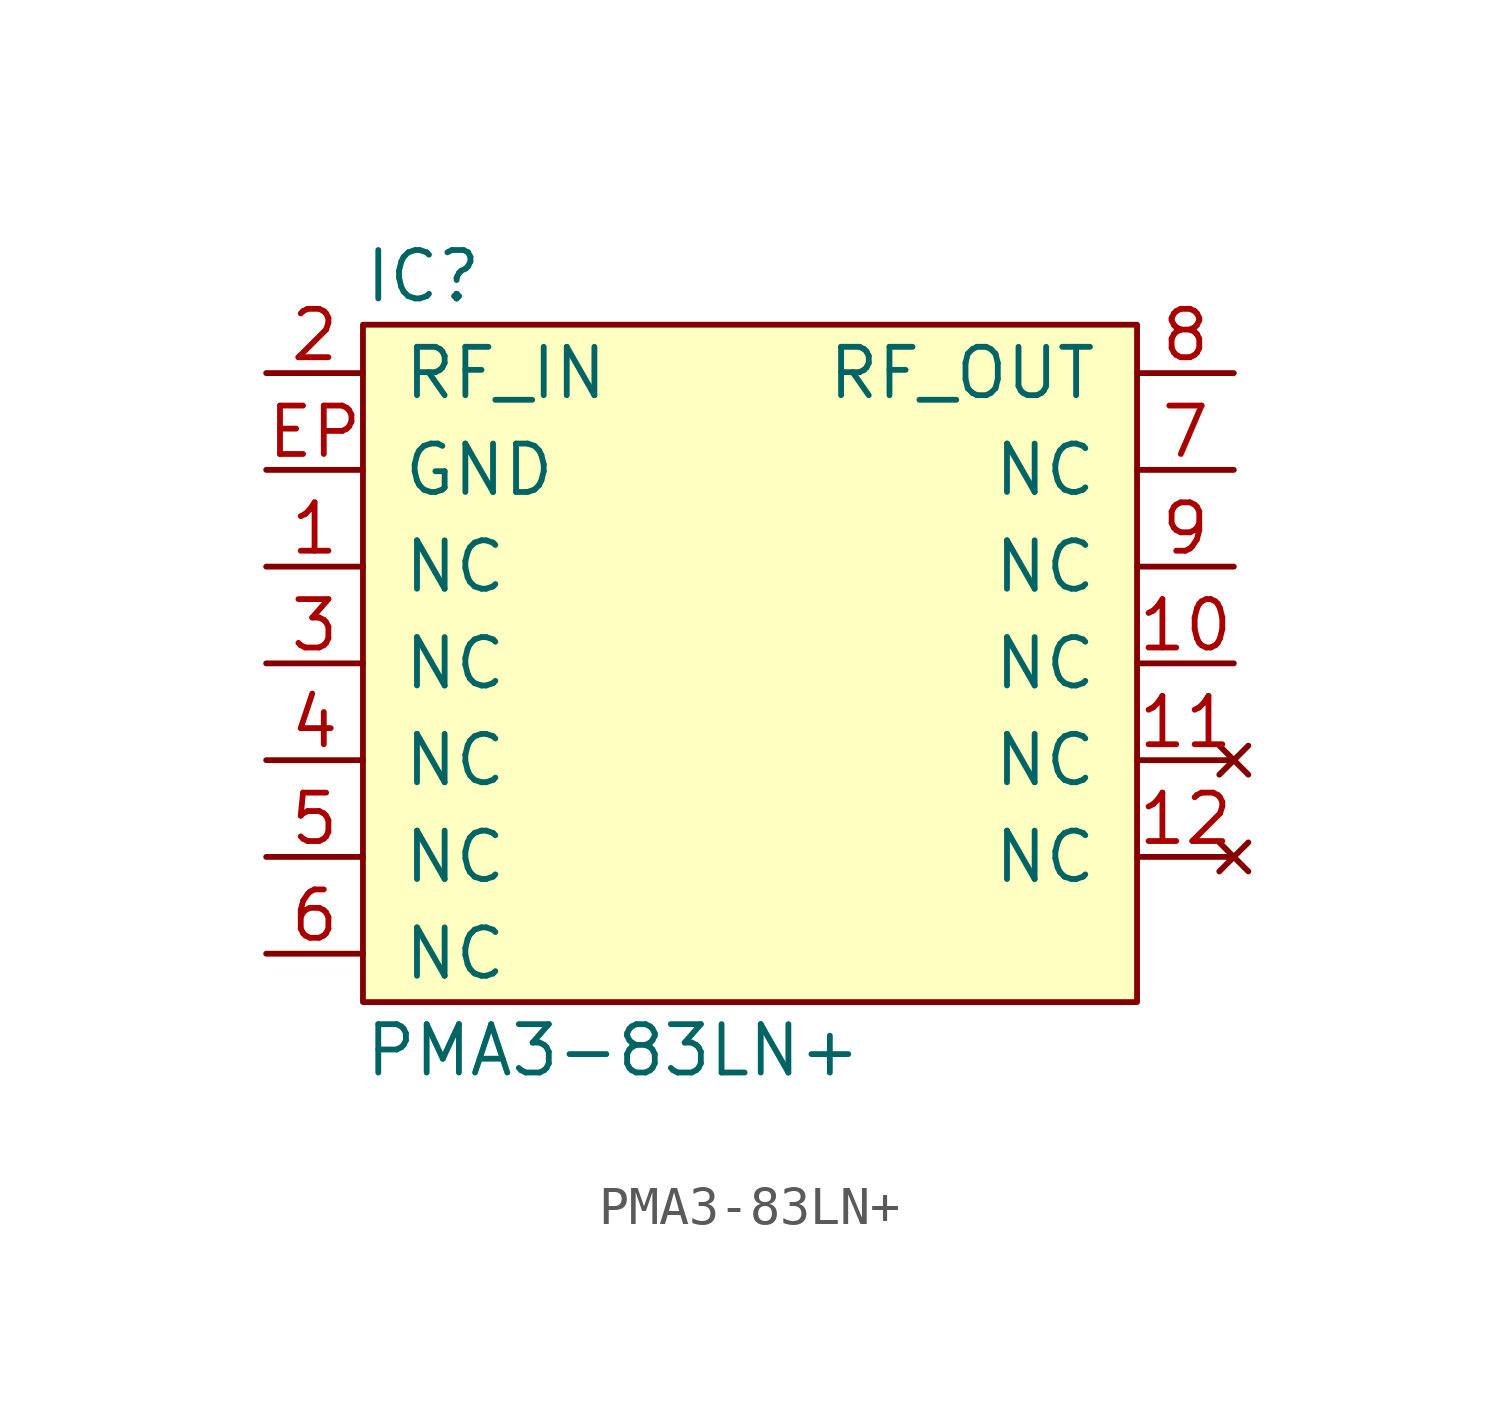
<source format=kicad_sym>
(kicad_symbol_lib
  (version 20211014)
  (generator agg_kicad.build_lib_ic)
  (symbol "PMA3-83LN+"
    (pin_names
      (offset 1.016))
    (property Reference IC
      (at -10.16 10.16 0)
      (effects (font (size 1.27 1.27)) (justify left)))
    (property Value "PMA3-83LN+"
      (at -10.16 -10.16 0)
      (effects (font (size 1.27 1.27)) (justify left)))
    (symbol "PMA3-83LN+_0_0"
      (rectangle (start -10.16 8.89) (end 10.16 -8.89) (stroke (width 0) (type default) (color 0 0 0 0)) (fill (type background)))
      (pin input line (at -12.7 7.62 0) (length 2.54) (name RF_IN (effects (font (size 1.27 1.27)))) (number "2" (effects (font (size 1.27 1.27)))))
      (pin power_in line (at -12.7 5.08 0) (length 2.54) (name GND (effects (font (size 1.27 1.27)))) (number EP (effects (font (size 1.27 1.27)))))
      (pin power_in line (at -12.7 2.54 0) (length 2.54) (name NC (effects (font (size 1.27 1.27)))) (number "1" (effects (font (size 1.27 1.27)))))
      (pin power_in line (at -12.7 0 0) (length 2.54) (name NC (effects (font (size 1.27 1.27)))) (number "3" (effects (font (size 1.27 1.27)))))
      (pin power_in line (at -12.7 -2.54 0) (length 2.54) (name NC (effects (font (size 1.27 1.27)))) (number "4" (effects (font (size 1.27 1.27)))))
      (pin power_in line (at -12.7 -5.08 0) (length 2.54) (name NC (effects (font (size 1.27 1.27)))) (number "5" (effects (font (size 1.27 1.27)))))
      (pin power_in line (at -12.7 -7.62 0) (length 2.54) (name NC (effects (font (size 1.27 1.27)))) (number "6" (effects (font (size 1.27 1.27)))))
      (pin output line (at 12.7 7.62 180) (length 2.54) (name RF_OUT (effects (font (size 1.27 1.27)))) (number "8" (effects (font (size 1.27 1.27)))))
      (pin power_in line (at 12.7 5.08 180) (length 2.54) (name NC (effects (font (size 1.27 1.27)))) (number "7" (effects (font (size 1.27 1.27)))))
      (pin power_in line (at 12.7 2.54 180) (length 2.54) (name NC (effects (font (size 1.27 1.27)))) (number "9" (effects (font (size 1.27 1.27)))))
      (pin power_in line (at 12.7 0 180) (length 2.54) (name NC (effects (font (size 1.27 1.27)))) (number "10" (effects (font (size 1.27 1.27)))))
      (pin no_connect line (at 12.7 -2.54 180) (length 2.54) (name NC (effects (font (size 1.27 1.27)))) (number "11" (effects (font (size 1.27 1.27)))))
      (pin no_connect line (at 12.7 -5.08 180) (length 2.54) (name NC (effects (font (size 1.27 1.27)))) (number "12" (effects (font (size 1.27 1.27))))))))
</source>
